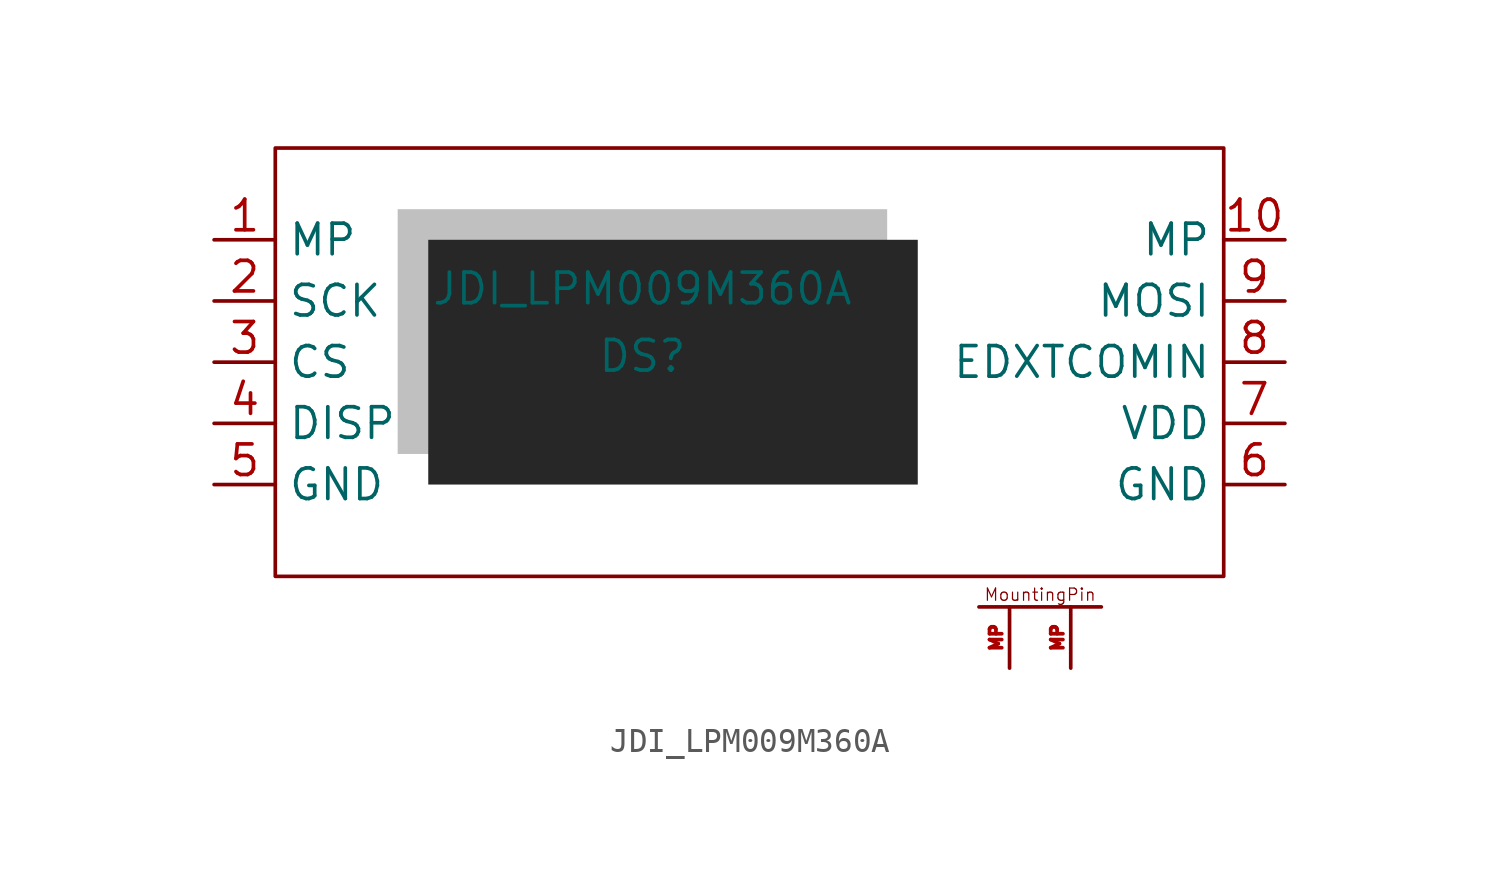
<source format=kicad_sym>
(kicad_symbol_lib
  (version 20231120)
  (generator "kicad_symbol_editor")
  (generator_version "8.0")
  (symbol "JDI_LPM009M360A"
    (property "Reference" "DS"
      (at 15.24 9.144 0)
      (effects (font (size 1.27 1.27))))
    (property "Value" "JDI_LPM009M360A"
      (at 15.24 11.938 0)
      (effects (font (size 1.27 1.27))))
    (symbol "JDI_LPM009M360A_1_1"
      (polyline (pts (xy 29.21 -1.27) (xy 34.29 -1.27)) (stroke (width 0) (type default)) (fill (type none)))
      (rectangle (start 0 17.78) (end 39.37 0) (stroke (width 0) (type default)) (fill (type none)))
      (rectangle (start 5.08 15.24) (end 25.4 5.08) (stroke (width -0.0001) (type default)) (fill (type color) (color 192 192 192 1)))
      (rectangle (start 6.35 13.97) (end 26.67 3.81) (stroke (width -0.0001) (type default)) (fill (type color) (color 39 39 39 1)))
      (text "MountingPin" (at 31.75 -0.762 0) (effects (font (size 0.508 0.508) (thickness 0.051) (bold yes))))
      (pin free line (at -2.54 13.97 0) (length 2.54) (name "MP" (effects (font (size 1.27 1.27)))) (number "1" (effects (font (size 1.27 1.27)))))
      (pin free line (at 41.91 13.97 180) (length 2.54) (name "MP" (effects (font (size 1.27 1.27)))) (number "10" (effects (font (size 1.27 1.27)))))
      (pin input line (at -2.54 11.43 0) (length 2.54) (name "SCK" (effects (font (size 1.27 1.27)))) (number "2" (effects (font (size 1.27 1.27)))))
      (pin input line (at -2.54 8.89 0) (length 2.54) (name "CS" (effects (font (size 1.27 1.27)))) (number "3" (effects (font (size 1.27 1.27)))))
      (pin input line (at -2.54 6.35 0) (length 2.54) (name "DISP" (effects (font (size 1.27 1.27)))) (number "4" (effects (font (size 1.27 1.27)))))
      (pin power_in line (at -2.54 3.81 0) (length 2.54) (name "GND" (effects (font (size 1.27 1.27)))) (number "5" (effects (font (size 1.27 1.27)))))
      (pin power_in line (at 41.91 3.81 180) (length 2.54) (name "GND" (effects (font (size 1.27 1.27)))) (number "6" (effects (font (size 1.27 1.27)))))
      (pin power_in line (at 41.91 6.35 180) (length 2.54) (name "VDD" (effects (font (size 1.27 1.27)))) (number "7" (effects (font (size 1.27 1.27)))))
      (pin input line (at 41.91 8.89 180) (length 2.54) (name "EDXTCOMIN" (effects (font (size 1.27 1.27)))) (number "8" (effects (font (size 1.27 1.27)))))
      (pin input line (at 41.91 11.43 180) (length 2.54) (name "MOSI" (effects (font (size 1.27 1.27)))) (number "9" (effects (font (size 1.27 1.27)))))
      (pin free line (at 30.48 -3.81 90) (length 2.54) (name "" (effects (font (size 1.27 1.27)))) (number "MP" (effects (font (size 0.508 0.508)))))
      (pin free line (at 33.02 -3.81 90) (length 2.54) (name "" (effects (font (size 1.27 1.27)))) (number "MP" (effects (font (size 0.508 0.508))))))))
</source>
